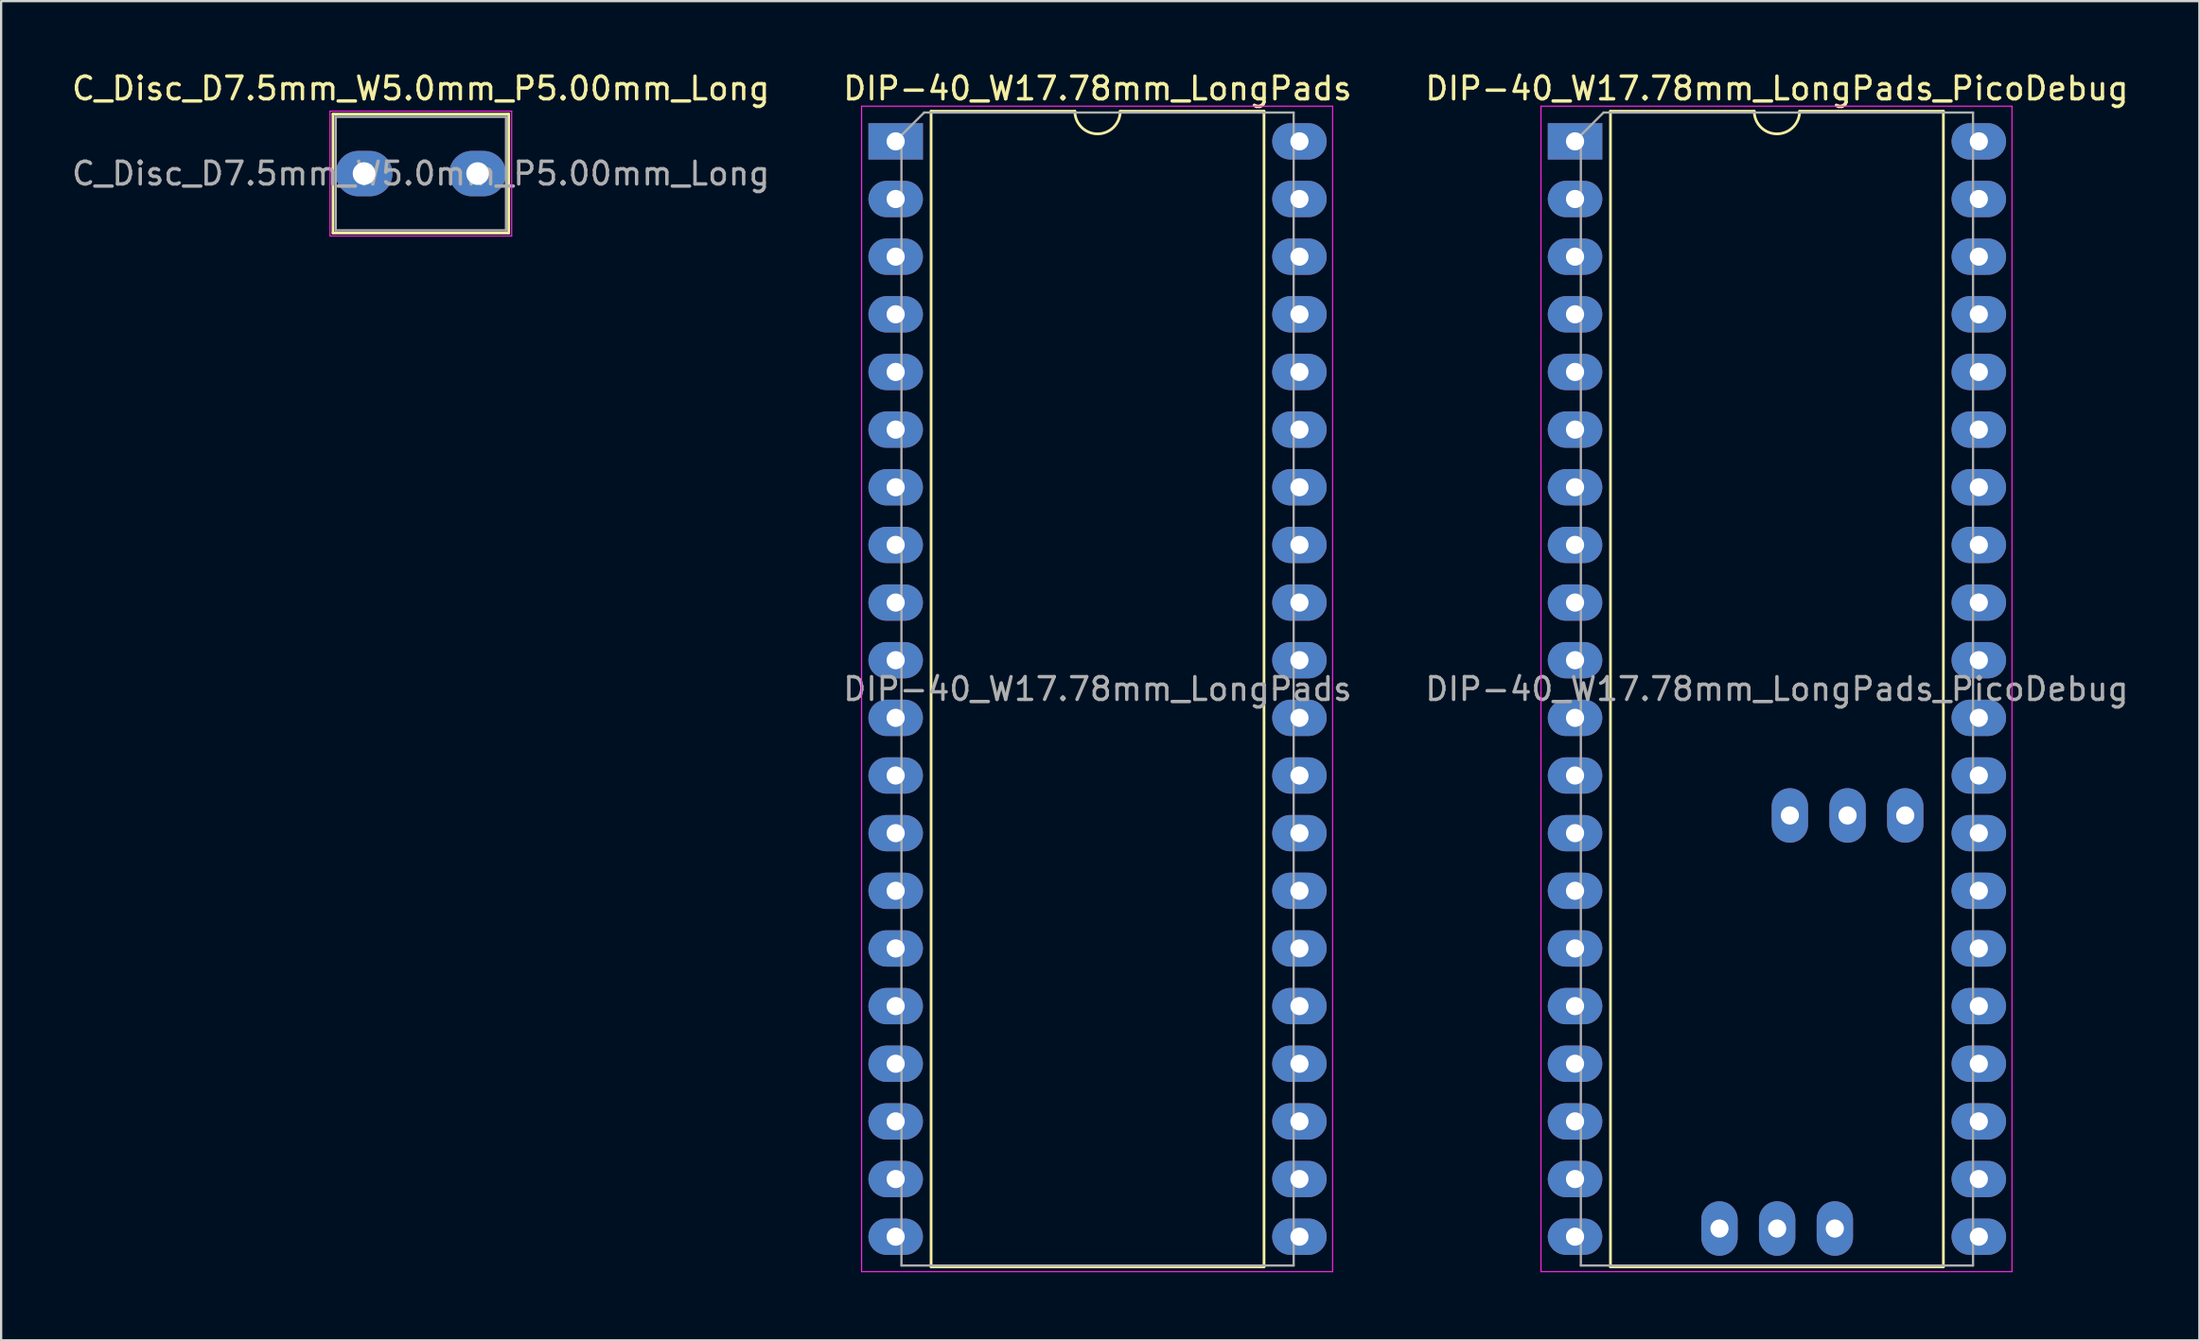
<source format=kicad_pcb>
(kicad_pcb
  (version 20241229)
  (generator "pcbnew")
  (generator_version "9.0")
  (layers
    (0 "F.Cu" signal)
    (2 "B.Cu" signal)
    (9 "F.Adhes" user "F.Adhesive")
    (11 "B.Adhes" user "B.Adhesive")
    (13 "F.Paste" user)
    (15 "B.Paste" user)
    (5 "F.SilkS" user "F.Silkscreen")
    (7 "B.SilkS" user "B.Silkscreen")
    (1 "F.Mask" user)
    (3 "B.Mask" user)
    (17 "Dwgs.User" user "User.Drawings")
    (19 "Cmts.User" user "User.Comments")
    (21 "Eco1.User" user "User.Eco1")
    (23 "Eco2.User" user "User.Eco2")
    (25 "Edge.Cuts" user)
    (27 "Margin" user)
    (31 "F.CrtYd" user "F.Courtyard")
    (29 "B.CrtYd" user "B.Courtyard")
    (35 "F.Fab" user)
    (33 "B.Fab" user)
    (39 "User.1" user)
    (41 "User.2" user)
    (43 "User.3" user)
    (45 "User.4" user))
  (footprint "DIP-40_W17.78mm_LongPads_PicoDebug"
    (layer "F.Cu")
    (at 66.306 3.178)
    (property "Reference" "DIP-40_W17.78mm_LongPads_PicoDebug" (at 8.89 -2.33 0) (layer "F.SilkS") (effects (font (size 1 1) (thickness 0.15))))
    (attr through_hole)
    (fp_line (start 1.56 -1.33) (end 1.56 49.59) (stroke (width 0.12) (type solid)) (layer "F.SilkS"))
    (fp_line (start 1.56 49.59) (end 16.22 49.59) (stroke (width 0.12) (type solid)) (layer "F.SilkS"))
    (fp_line (start 7.89 -1.33) (end 1.56 -1.33) (stroke (width 0.12) (type solid)) (layer "F.SilkS"))
    (fp_line (start 16.22 -1.33) (end 9.89 -1.33) (stroke (width 0.12) (type solid)) (layer "F.SilkS"))
    (fp_line (start 16.22 49.59) (end 16.22 -1.33) (stroke (width 0.12) (type solid)) (layer "F.SilkS"))
    (fp_arc (start 9.89 -1.33) (mid 8.89 -0.33) (end 7.89 -1.33) (stroke (width 0.12) (type solid)) (layer "F.SilkS"))
    (fp_line (start -1.5 -1.55) (end -1.5 49.8) (stroke (width 0.05) (type solid)) (layer "F.CrtYd"))
    (fp_line (start -1.5 49.8) (end 19.24 49.8) (stroke (width 0.05) (type solid)) (layer "F.CrtYd"))
    (fp_line (start 19.24 -1.55) (end -1.5 -1.55) (stroke (width 0.05) (type solid)) (layer "F.CrtYd"))
    (fp_line (start 19.24 49.8) (end 19.24 -1.55) (stroke (width 0.05) (type solid)) (layer "F.CrtYd"))
    (fp_line (start 0.255 -0.27) (end 1.255 -1.27) (stroke (width 0.1) (type solid)) (layer "F.Fab"))
    (fp_line (start 0.255 49.53) (end 0.255 -0.27) (stroke (width 0.1) (type solid)) (layer "F.Fab"))
    (fp_line (start 1.255 -1.27) (end 17.525 -1.27) (stroke (width 0.1) (type solid)) (layer "F.Fab"))
    (fp_line (start 17.525 -1.27) (end 17.525 49.53) (stroke (width 0.1) (type solid)) (layer "F.Fab"))
    (fp_line (start 17.525 49.53) (end 0.255 49.53) (stroke (width 0.1) (type solid)) (layer "F.Fab"))
    (fp_text user "${REFERENCE}" (at 8.89 24.13 0) (layer "F.Fab") (effects (font (size 1 1) (thickness 0.15))))
    (pad "1" thru_hole rect (at 0 0) (size 2.4 1.6) (drill 0.8) (layers "*.Cu" "*.Mask"))
    (pad "2" thru_hole oval (at 0 2.54) (size 2.4 1.6) (drill 0.8) (layers "*.Cu" "*.Mask"))
    (pad "3" thru_hole oval (at 0 5.08) (size 2.4 1.6) (drill 0.8) (layers "*.Cu" "*.Mask"))
    (pad "4" thru_hole oval (at 0 7.62) (size 2.4 1.6) (drill 0.8) (layers "*.Cu" "*.Mask"))
    (pad "5" thru_hole oval (at 0 10.16) (size 2.4 1.6) (drill 0.8) (layers "*.Cu" "*.Mask"))
    (pad "6" thru_hole oval (at 0 12.7) (size 2.4 1.6) (drill 0.8) (layers "*.Cu" "*.Mask"))
    (pad "7" thru_hole oval (at 0 15.24) (size 2.4 1.6) (drill 0.8) (layers "*.Cu" "*.Mask"))
    (pad "8" thru_hole oval (at 0 17.78) (size 2.4 1.6) (drill 0.8) (layers "*.Cu" "*.Mask"))
    (pad "9" thru_hole oval (at 0 20.32) (size 2.4 1.6) (drill 0.8) (layers "*.Cu" "*.Mask"))
    (pad "10" thru_hole oval (at 0 22.86) (size 2.4 1.6) (drill 0.8) (layers "*.Cu" "*.Mask"))
    (pad "11" thru_hole oval (at 0 25.4) (size 2.4 1.6) (drill 0.8) (layers "*.Cu" "*.Mask"))
    (pad "12" thru_hole oval (at 0 27.94) (size 2.4 1.6) (drill 0.8) (layers "*.Cu" "*.Mask"))
    (pad "13" thru_hole oval (at 0 30.48) (size 2.4 1.6) (drill 0.8) (layers "*.Cu" "*.Mask"))
    (pad "14" thru_hole oval (at 0 33.02) (size 2.4 1.6) (drill 0.8) (layers "*.Cu" "*.Mask"))
    (pad "15" thru_hole oval (at 0 35.56) (size 2.4 1.6) (drill 0.8) (layers "*.Cu" "*.Mask"))
    (pad "16" thru_hole oval (at 0 38.1) (size 2.4 1.6) (drill 0.8) (layers "*.Cu" "*.Mask"))
    (pad "17" thru_hole oval (at 0 40.64) (size 2.4 1.6) (drill 0.8) (layers "*.Cu" "*.Mask"))
    (pad "18" thru_hole oval (at 0 43.18) (size 2.4 1.6) (drill 0.8) (layers "*.Cu" "*.Mask"))
    (pad "19" thru_hole oval (at 0 45.72) (size 2.4 1.6) (drill 0.8) (layers "*.Cu" "*.Mask"))
    (pad "20" thru_hole oval (at 0 48.26) (size 2.4 1.6) (drill 0.8) (layers "*.Cu" "*.Mask"))
    (pad "21" thru_hole oval (at 17.78 48.26) (size 2.4 1.6) (drill 0.8) (layers "*.Cu" "*.Mask"))
    (pad "22" thru_hole oval (at 17.78 45.72) (size 2.4 1.6) (drill 0.8) (layers "*.Cu" "*.Mask"))
    (pad "23" thru_hole oval (at 17.78 43.18) (size 2.4 1.6) (drill 0.8) (layers "*.Cu" "*.Mask"))
    (pad "24" thru_hole oval (at 17.78 40.64) (size 2.4 1.6) (drill 0.8) (layers "*.Cu" "*.Mask"))
    (pad "25" thru_hole oval (at 17.78 38.1) (size 2.4 1.6) (drill 0.8) (layers "*.Cu" "*.Mask"))
    (pad "26" thru_hole oval (at 17.78 35.56) (size 2.4 1.6) (drill 0.8) (layers "*.Cu" "*.Mask"))
    (pad "27" thru_hole oval (at 17.78 33.02) (size 2.4 1.6) (drill 0.8) (layers "*.Cu" "*.Mask"))
    (pad "28" thru_hole oval (at 17.78 30.48) (size 2.4 1.6) (drill 0.8) (layers "*.Cu" "*.Mask"))
    (pad "29" thru_hole oval (at 17.78 27.94) (size 2.4 1.6) (drill 0.8) (layers "*.Cu" "*.Mask"))
    (pad "30" thru_hole oval (at 17.78 25.4) (size 2.4 1.6) (drill 0.8) (layers "*.Cu" "*.Mask"))
    (pad "31" thru_hole oval (at 17.78 22.86) (size 2.4 1.6) (drill 0.8) (layers "*.Cu" "*.Mask"))
    (pad "32" thru_hole oval (at 17.78 20.32) (size 2.4 1.6) (drill 0.8) (layers "*.Cu" "*.Mask"))
    (pad "33" thru_hole oval (at 17.78 17.78) (size 2.4 1.6) (drill 0.8) (layers "*.Cu" "*.Mask"))
    (pad "34" thru_hole oval (at 17.78 15.24) (size 2.4 1.6) (drill 0.8) (layers "*.Cu" "*.Mask"))
    (pad "35" thru_hole oval (at 17.78 12.7) (size 2.4 1.6) (drill 0.8) (layers "*.Cu" "*.Mask"))
    (pad "36" thru_hole oval (at 17.78 10.16) (size 2.4 1.6) (drill 0.8) (layers "*.Cu" "*.Mask"))
    (pad "37" thru_hole oval (at 17.78 7.62) (size 2.4 1.6) (drill 0.8) (layers "*.Cu" "*.Mask"))
    (pad "38" thru_hole oval (at 17.78 5.08) (size 2.4 1.6) (drill 0.8) (layers "*.Cu" "*.Mask"))
    (pad "39" thru_hole oval (at 17.78 2.54) (size 2.4 1.6) (drill 0.8) (layers "*.Cu" "*.Mask"))
    (pad "40" thru_hole oval (at 17.78 0) (size 2.4 1.6) (drill 0.8) (layers "*.Cu" "*.Mask"))
    (pad "41" thru_hole oval (at 6.36 47.9 90) (size 2.4 1.6) (drill 0.8) (layers "*.Cu" "*.Mask"))
    (pad "41" thru_hole oval (at 9.46 29.7 90) (size 2.4 1.6) (drill 0.8) (layers "*.Cu" "*.Mask"))
    (pad "42" thru_hole oval (at 8.9 47.9 270) (size 2.4 1.6) (drill 0.8) (layers "*.Cu" "*.Mask"))
    (pad "42" thru_hole oval (at 12 29.7 270) (size 2.4 1.6) (drill 0.8) (layers "*.Cu" "*.Mask"))
    (pad "43" thru_hole oval (at 11.44 47.9 90) (size 2.4 1.6) (drill 0.8) (layers "*.Cu" "*.Mask"))
    (pad "43" thru_hole oval (at 14.54 29.7 90) (size 2.4 1.6) (drill 0.8) (layers "*.Cu" "*.Mask")))
  (footprint "C_Disc_D7.5mm_W5.0mm_P5.00mm_Long"
    (layer "F.Cu")
    (at 12.982 4.598)
    (property "Reference" "C_Disc_D7.5mm_W5.0mm_P5.00mm_Long" (at 2.5 -3.75 0) (layer "F.SilkS") (effects (font (size 1 1) (thickness 0.15))))
    (attr through_hole)
    (fp_line (start -1.37 -2.62) (end -1.37 2.62) (stroke (width 0.12) (type solid)) (layer "F.SilkS"))
    (fp_line (start -1.37 -2.62) (end 6.37 -2.62) (stroke (width 0.12) (type solid)) (layer "F.SilkS"))
    (fp_line (start -1.37 2.62) (end 6.37 2.62) (stroke (width 0.12) (type solid)) (layer "F.SilkS"))
    (fp_line (start 6.37 -2.62) (end 6.37 2.62) (stroke (width 0.12) (type solid)) (layer "F.SilkS"))
    (fp_line (start -1.5 -2.75) (end -1.5 2.75) (stroke (width 0.05) (type solid)) (layer "F.CrtYd"))
    (fp_line (start -1.5 2.75) (end 6.5 2.75) (stroke (width 0.05) (type solid)) (layer "F.CrtYd"))
    (fp_line (start 6.5 -2.75) (end -1.5 -2.75) (stroke (width 0.05) (type solid)) (layer "F.CrtYd"))
    (fp_line (start 6.5 2.75) (end 6.5 -2.75) (stroke (width 0.05) (type solid)) (layer "F.CrtYd"))
    (fp_line (start -1.25 -2.5) (end -1.25 2.5) (stroke (width 0.1) (type solid)) (layer "F.Fab"))
    (fp_line (start -1.25 2.5) (end 6.25 2.5) (stroke (width 0.1) (type solid)) (layer "F.Fab"))
    (fp_line (start 6.25 -2.5) (end -1.25 -2.5) (stroke (width 0.1) (type solid)) (layer "F.Fab"))
    (fp_line (start 6.25 2.5) (end 6.25 -2.5) (stroke (width 0.1) (type solid)) (layer "F.Fab"))
    (fp_text user "${REFERENCE}" (at 2.5 0 0) (layer "F.Fab") (effects (font (size 1 1) (thickness 0.15))))
    (pad "1" thru_hole oval (at 0 0) (size 2.5 2) (drill 1) (layers "*.Cu" "*.Mask"))
    (pad "2" thru_hole oval (at 5 0) (size 2.5 2) (drill 1) (layers "*.Cu" "*.Mask")))
  (footprint "DIP-40_W17.78mm_LongPads"
    (layer "F.Cu")
    (at 36.39 3.178)
    (property "Reference" "DIP-40_W17.78mm_LongPads" (at 8.89 -2.33 0) (layer "F.SilkS") (effects (font (size 1 1) (thickness 0.15))))
    (attr through_hole)
    (fp_line (start 1.56 -1.33) (end 1.56 49.59) (stroke (width 0.12) (type solid)) (layer "F.SilkS"))
    (fp_line (start 1.56 49.59) (end 16.22 49.59) (stroke (width 0.12) (type solid)) (layer "F.SilkS"))
    (fp_line (start 7.89 -1.33) (end 1.56 -1.33) (stroke (width 0.12) (type solid)) (layer "F.SilkS"))
    (fp_line (start 16.22 -1.33) (end 9.89 -1.33) (stroke (width 0.12) (type solid)) (layer "F.SilkS"))
    (fp_line (start 16.22 49.59) (end 16.22 -1.33) (stroke (width 0.12) (type solid)) (layer "F.SilkS"))
    (fp_arc (start 9.89 -1.33) (mid 8.89 -0.33) (end 7.89 -1.33) (stroke (width 0.12) (type solid)) (layer "F.SilkS"))
    (fp_line (start -1.5 -1.55) (end -1.5 49.8) (stroke (width 0.05) (type solid)) (layer "F.CrtYd"))
    (fp_line (start -1.5 49.8) (end 19.24 49.8) (stroke (width 0.05) (type solid)) (layer "F.CrtYd"))
    (fp_line (start 19.24 -1.55) (end -1.5 -1.55) (stroke (width 0.05) (type solid)) (layer "F.CrtYd"))
    (fp_line (start 19.24 49.8) (end 19.24 -1.55) (stroke (width 0.05) (type solid)) (layer "F.CrtYd"))
    (fp_line (start 0.255 -0.27) (end 1.255 -1.27) (stroke (width 0.1) (type solid)) (layer "F.Fab"))
    (fp_line (start 0.255 49.53) (end 0.255 -0.27) (stroke (width 0.1) (type solid)) (layer "F.Fab"))
    (fp_line (start 1.255 -1.27) (end 17.525 -1.27) (stroke (width 0.1) (type solid)) (layer "F.Fab"))
    (fp_line (start 17.525 -1.27) (end 17.525 49.53) (stroke (width 0.1) (type solid)) (layer "F.Fab"))
    (fp_line (start 17.525 49.53) (end 0.255 49.53) (stroke (width 0.1) (type solid)) (layer "F.Fab"))
    (fp_text user "${REFERENCE}" (at 8.89 24.13 0) (layer "F.Fab") (effects (font (size 1 1) (thickness 0.15))))
    (pad "1" thru_hole rect (at 0 0) (size 2.4 1.6) (drill 0.8) (layers "*.Cu" "*.Mask"))
    (pad "2" thru_hole oval (at 0 2.54) (size 2.4 1.6) (drill 0.8) (layers "*.Cu" "*.Mask"))
    (pad "3" thru_hole oval (at 0 5.08) (size 2.4 1.6) (drill 0.8) (layers "*.Cu" "*.Mask"))
    (pad "4" thru_hole oval (at 0 7.62) (size 2.4 1.6) (drill 0.8) (layers "*.Cu" "*.Mask"))
    (pad "5" thru_hole oval (at 0 10.16) (size 2.4 1.6) (drill 0.8) (layers "*.Cu" "*.Mask"))
    (pad "6" thru_hole oval (at 0 12.7) (size 2.4 1.6) (drill 0.8) (layers "*.Cu" "*.Mask"))
    (pad "7" thru_hole oval (at 0 15.24) (size 2.4 1.6) (drill 0.8) (layers "*.Cu" "*.Mask"))
    (pad "8" thru_hole oval (at 0 17.78) (size 2.4 1.6) (drill 0.8) (layers "*.Cu" "*.Mask"))
    (pad "9" thru_hole oval (at 0 20.32) (size 2.4 1.6) (drill 0.8) (layers "*.Cu" "*.Mask"))
    (pad "10" thru_hole oval (at 0 22.86) (size 2.4 1.6) (drill 0.8) (layers "*.Cu" "*.Mask"))
    (pad "11" thru_hole oval (at 0 25.4) (size 2.4 1.6) (drill 0.8) (layers "*.Cu" "*.Mask"))
    (pad "12" thru_hole oval (at 0 27.94) (size 2.4 1.6) (drill 0.8) (layers "*.Cu" "*.Mask"))
    (pad "13" thru_hole oval (at 0 30.48) (size 2.4 1.6) (drill 0.8) (layers "*.Cu" "*.Mask"))
    (pad "14" thru_hole oval (at 0 33.02) (size 2.4 1.6) (drill 0.8) (layers "*.Cu" "*.Mask"))
    (pad "15" thru_hole oval (at 0 35.56) (size 2.4 1.6) (drill 0.8) (layers "*.Cu" "*.Mask"))
    (pad "16" thru_hole oval (at 0 38.1) (size 2.4 1.6) (drill 0.8) (layers "*.Cu" "*.Mask"))
    (pad "17" thru_hole oval (at 0 40.64) (size 2.4 1.6) (drill 0.8) (layers "*.Cu" "*.Mask"))
    (pad "18" thru_hole oval (at 0 43.18) (size 2.4 1.6) (drill 0.8) (layers "*.Cu" "*.Mask"))
    (pad "19" thru_hole oval (at 0 45.72) (size 2.4 1.6) (drill 0.8) (layers "*.Cu" "*.Mask"))
    (pad "20" thru_hole oval (at 0 48.26) (size 2.4 1.6) (drill 0.8) (layers "*.Cu" "*.Mask"))
    (pad "21" thru_hole oval (at 17.78 48.26) (size 2.4 1.6) (drill 0.8) (layers "*.Cu" "*.Mask"))
    (pad "22" thru_hole oval (at 17.78 45.72) (size 2.4 1.6) (drill 0.8) (layers "*.Cu" "*.Mask"))
    (pad "23" thru_hole oval (at 17.78 43.18) (size 2.4 1.6) (drill 0.8) (layers "*.Cu" "*.Mask"))
    (pad "24" thru_hole oval (at 17.78 40.64) (size 2.4 1.6) (drill 0.8) (layers "*.Cu" "*.Mask"))
    (pad "25" thru_hole oval (at 17.78 38.1) (size 2.4 1.6) (drill 0.8) (layers "*.Cu" "*.Mask"))
    (pad "26" thru_hole oval (at 17.78 35.56) (size 2.4 1.6) (drill 0.8) (layers "*.Cu" "*.Mask"))
    (pad "27" thru_hole oval (at 17.78 33.02) (size 2.4 1.6) (drill 0.8) (layers "*.Cu" "*.Mask"))
    (pad "28" thru_hole oval (at 17.78 30.48) (size 2.4 1.6) (drill 0.8) (layers "*.Cu" "*.Mask"))
    (pad "29" thru_hole oval (at 17.78 27.94) (size 2.4 1.6) (drill 0.8) (layers "*.Cu" "*.Mask"))
    (pad "30" thru_hole oval (at 17.78 25.4) (size 2.4 1.6) (drill 0.8) (layers "*.Cu" "*.Mask"))
    (pad "31" thru_hole oval (at 17.78 22.86) (size 2.4 1.6) (drill 0.8) (layers "*.Cu" "*.Mask"))
    (pad "32" thru_hole oval (at 17.78 20.32) (size 2.4 1.6) (drill 0.8) (layers "*.Cu" "*.Mask"))
    (pad "33" thru_hole oval (at 17.78 17.78) (size 2.4 1.6) (drill 0.8) (layers "*.Cu" "*.Mask"))
    (pad "34" thru_hole oval (at 17.78 15.24) (size 2.4 1.6) (drill 0.8) (layers "*.Cu" "*.Mask"))
    (pad "35" thru_hole oval (at 17.78 12.7) (size 2.4 1.6) (drill 0.8) (layers "*.Cu" "*.Mask"))
    (pad "36" thru_hole oval (at 17.78 10.16) (size 2.4 1.6) (drill 0.8) (layers "*.Cu" "*.Mask"))
    (pad "37" thru_hole oval (at 17.78 7.62) (size 2.4 1.6) (drill 0.8) (layers "*.Cu" "*.Mask"))
    (pad "38" thru_hole oval (at 17.78 5.08) (size 2.4 1.6) (drill 0.8) (layers "*.Cu" "*.Mask"))
    (pad "39" thru_hole oval (at 17.78 2.54) (size 2.4 1.6) (drill 0.8) (layers "*.Cu" "*.Mask"))
    (pad "40" thru_hole oval (at 17.78 0) (size 2.4 1.6) (drill 0.8) (layers "*.Cu" "*.Mask")))
  (gr_rect
    (start -3 -3)
    (end 93.798 56.003)
    (stroke (width 0.1) (type default))
    (fill no)
    (layer "Edge.Cuts")))
</source>
